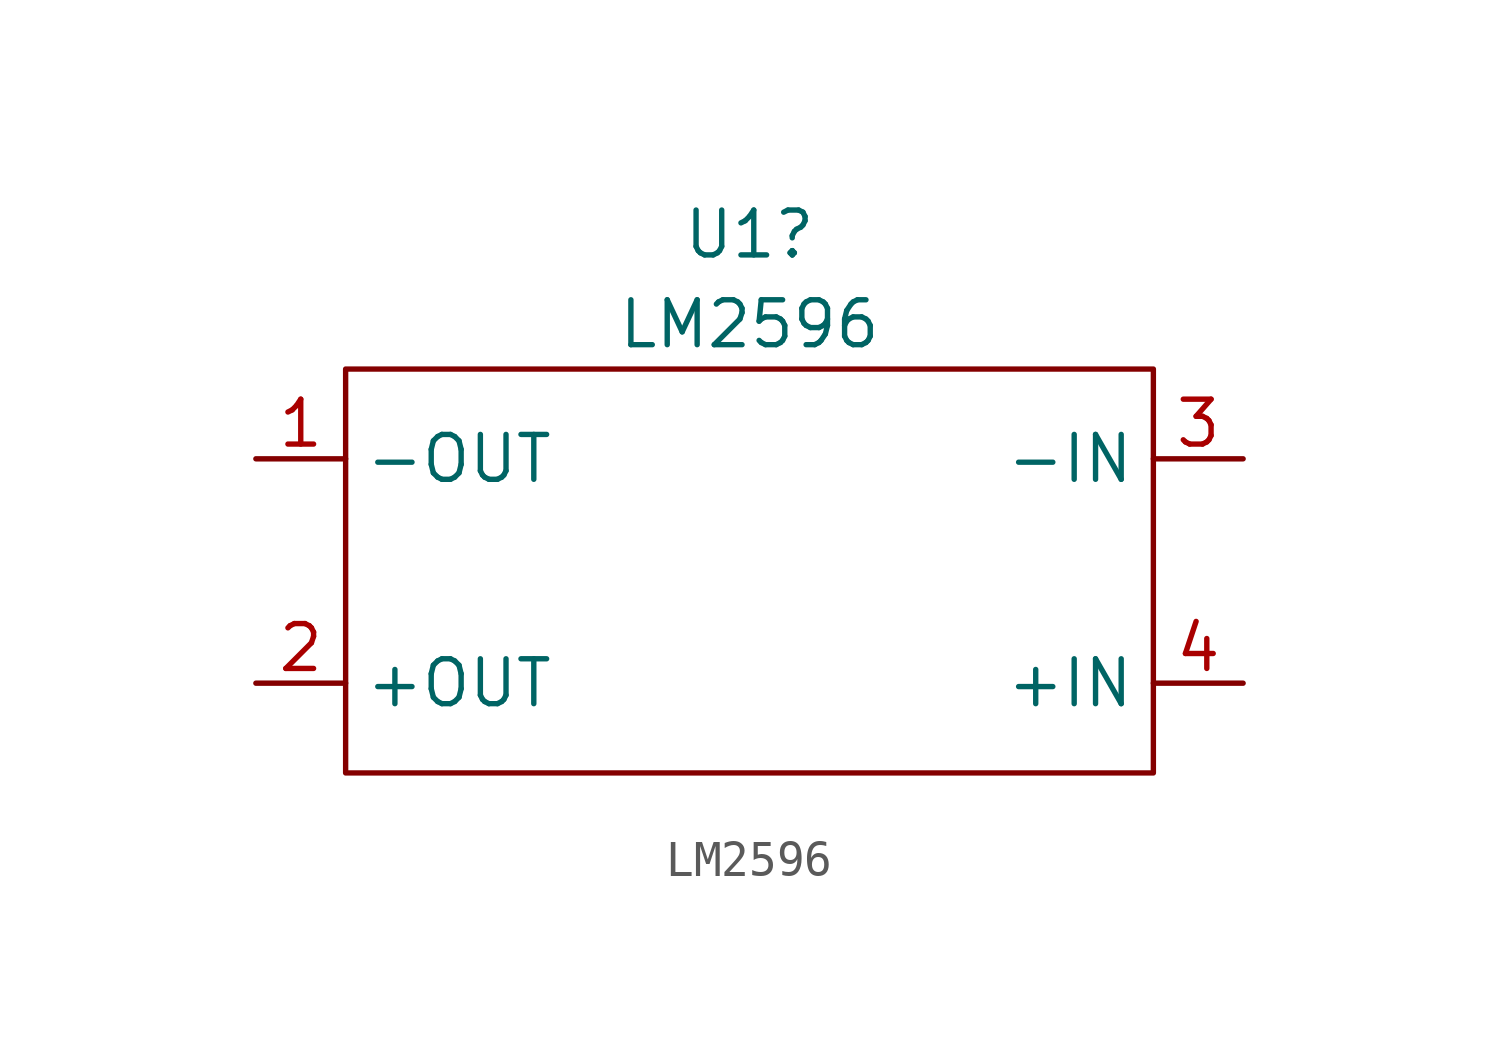
<source format=kicad_sym>
(kicad_symbol_lib
  (version 20220914)
  (generator kicad_symbol_editor)
  (symbol "LM2596"
    (property "Reference" "U1"
      (at 0 10.16 0)
      (effects (font (size 1.27 1.27))))
    (property "Value" "LM2596"
      (at 0 7.62 0)
      (effects (font (size 1.27 1.27))))
    (symbol "LM2596_0_1"
      (rectangle (start -11.43 6.35) (end 11.43 -5.08) (stroke (width 0) (type default)) (fill (type none))))
    (symbol "LM2596_1_1"
      (pin power_out line (at -13.97 3.81 0) (length 2.54) (name "-OUT" (effects (font (size 1.27 1.27)))) (number "1" (effects (font (size 1.27 1.27)))))
      (pin power_out line (at -13.97 -2.54 0) (length 2.54) (name "+OUT" (effects (font (size 1.27 1.27)))) (number "2" (effects (font (size 1.27 1.27)))))
      (pin power_in line (at 13.97 3.81 180) (length 2.54) (name "-IN" (effects (font (size 1.27 1.27)))) (number "3" (effects (font (size 1.27 1.27)))))
      (pin power_in line (at 13.97 -2.54 180) (length 2.54) (name "+IN" (effects (font (size 1.27 1.27)))) (number "4" (effects (font (size 1.27 1.27))))))))
</source>
